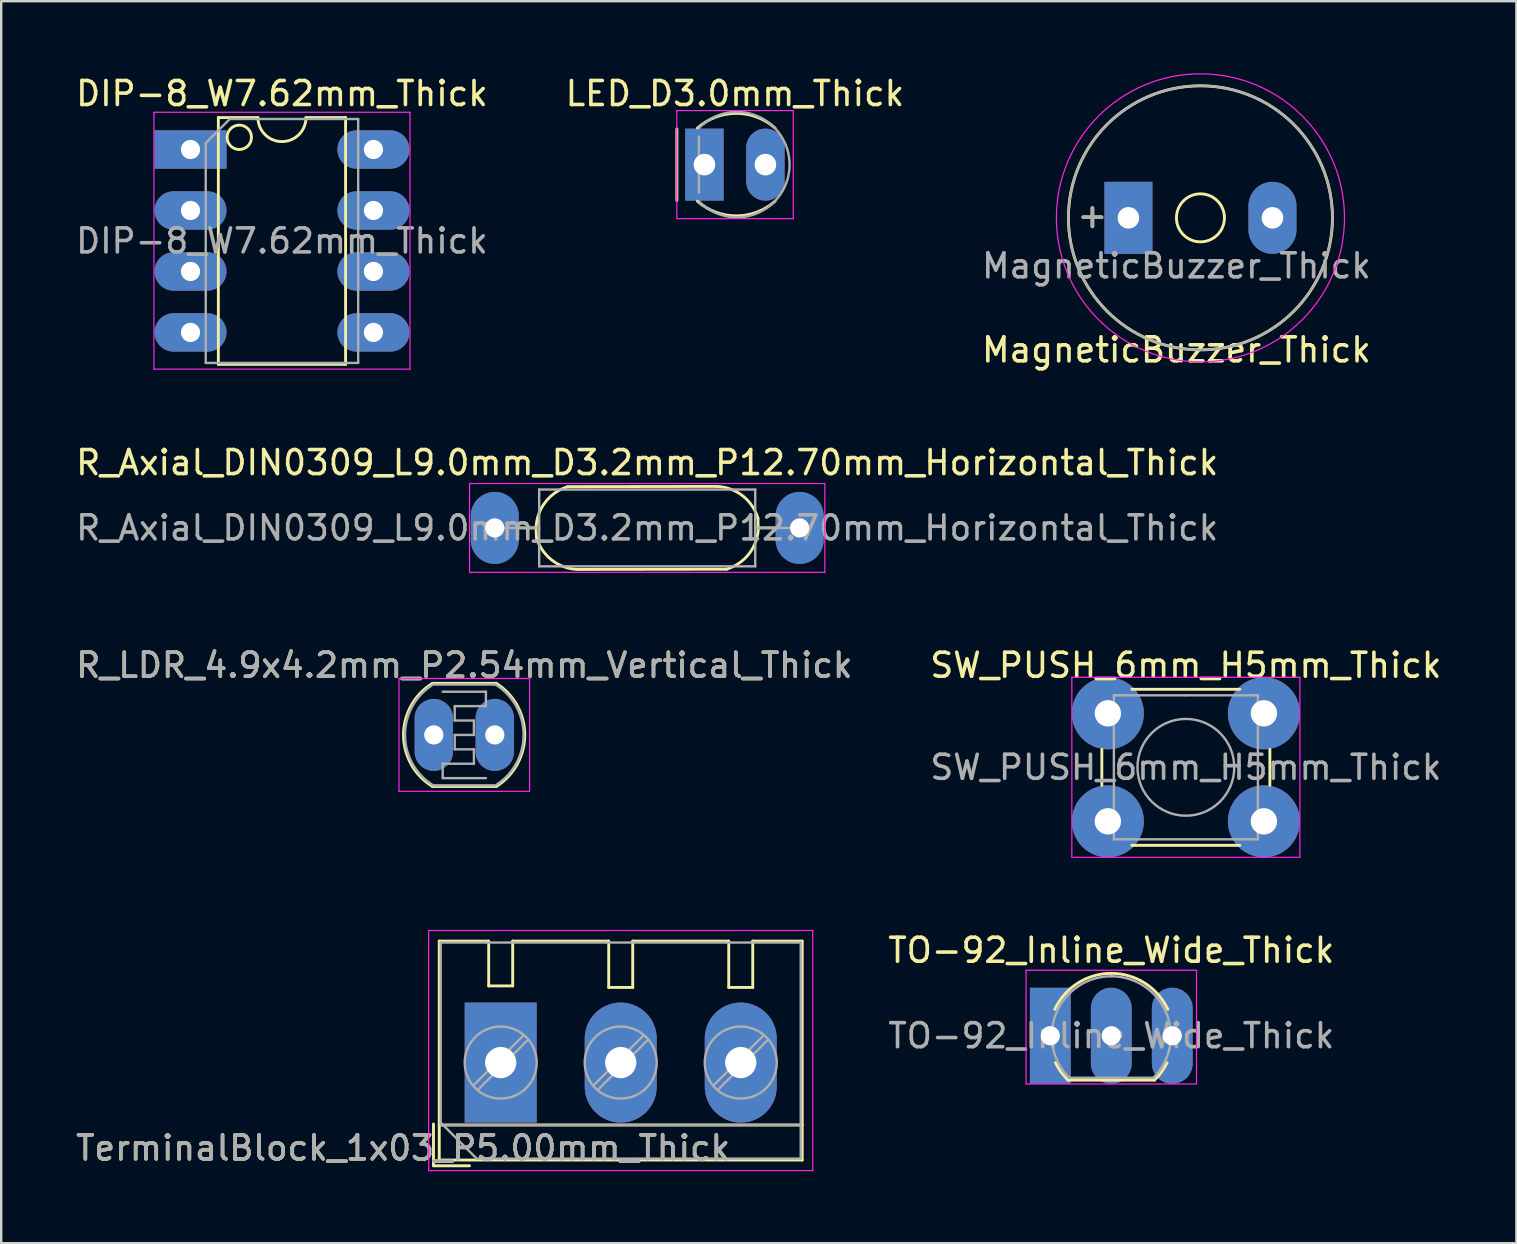
<source format=kicad_pcb>
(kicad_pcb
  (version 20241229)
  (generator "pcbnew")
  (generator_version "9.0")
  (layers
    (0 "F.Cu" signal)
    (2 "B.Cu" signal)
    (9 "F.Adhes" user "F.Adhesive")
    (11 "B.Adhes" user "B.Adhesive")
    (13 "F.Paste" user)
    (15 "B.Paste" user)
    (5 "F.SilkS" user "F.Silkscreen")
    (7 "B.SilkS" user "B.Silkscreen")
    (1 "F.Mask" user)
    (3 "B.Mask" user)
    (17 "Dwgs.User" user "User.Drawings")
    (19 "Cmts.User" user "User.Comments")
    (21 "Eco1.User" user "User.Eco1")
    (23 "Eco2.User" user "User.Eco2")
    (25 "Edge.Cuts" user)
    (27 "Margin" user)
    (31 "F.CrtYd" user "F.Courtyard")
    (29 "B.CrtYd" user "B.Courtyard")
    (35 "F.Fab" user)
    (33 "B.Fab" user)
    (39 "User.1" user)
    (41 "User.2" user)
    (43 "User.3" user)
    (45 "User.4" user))
  (footprint "DIP-8_W7.62mm_Thick"
    (layer "F.Cu")
    (at 4.886 3.178)
    (property "Reference" "DIP-8_W7.62mm_Thick" (at 3.81 -2.33 0) (layer "F.SilkS") (effects (font (size 1 1) (thickness 0.15))))
    (attr through_hole)
    (fp_line (start 1.16 -1.33) (end 1.16 8.95) (stroke (width 0.12) (type solid)) (layer "F.SilkS"))
    (fp_line (start 1.16 8.95) (end 6.46 8.95) (stroke (width 0.12) (type solid)) (layer "F.SilkS"))
    (fp_line (start 2.81 -1.33) (end 1.16 -1.33) (stroke (width 0.12) (type solid)) (layer "F.SilkS"))
    (fp_line (start 6.46 -1.33) (end 4.81 -1.33) (stroke (width 0.12) (type solid)) (layer "F.SilkS"))
    (fp_line (start 6.46 8.95) (end 6.46 -1.33) (stroke (width 0.12) (type solid)) (layer "F.SilkS"))
    (fp_arc (start 4.81 -1.33) (mid 3.81 -0.33) (end 2.81 -1.33) (stroke (width 0.12) (type solid)) (layer "F.SilkS"))
    (fp_circle (center 2.032 -0.508) (end 2.54 -0.508) (stroke (width 0.12) (type solid)) (fill no) (layer "F.SilkS"))
    (fp_line (start -1.524 -1.55) (end -1.524 9.15) (stroke (width 0.05) (type solid)) (layer "F.CrtYd"))
    (fp_line (start -1.524 9.15) (end 9.144 9.15) (stroke (width 0.05) (type solid)) (layer "F.CrtYd"))
    (fp_line (start 9.144 -1.55) (end -1.524 -1.55) (stroke (width 0.05) (type solid)) (layer "F.CrtYd"))
    (fp_line (start 9.144 9.15) (end 9.144 -1.55) (stroke (width 0.05) (type solid)) (layer "F.CrtYd"))
    (fp_line (start 0.635 -0.27) (end 1.635 -1.27) (stroke (width 0.1) (type solid)) (layer "F.Fab"))
    (fp_line (start 0.635 8.89) (end 0.635 -0.27) (stroke (width 0.1) (type solid)) (layer "F.Fab"))
    (fp_line (start 1.635 -1.27) (end 6.985 -1.27) (stroke (width 0.1) (type solid)) (layer "F.Fab"))
    (fp_line (start 6.985 -1.27) (end 6.985 8.89) (stroke (width 0.1) (type solid)) (layer "F.Fab"))
    (fp_line (start 6.985 8.89) (end 0.635 8.89) (stroke (width 0.1) (type solid)) (layer "F.Fab"))
    (fp_text user "${REFERENCE}" (at 3.81 3.81 0) (layer "F.Fab") (effects (font (size 1 1) (thickness 0.15))))
    (pad "1" thru_hole rect (at 0 0) (size 3 1.6) (drill 0.8) (layers "*.Cu" "*.Mask"))
    (pad "2" thru_hole oval (at 0 2.54) (size 3 1.6) (drill 0.8) (layers "*.Cu" "*.Mask"))
    (pad "3" thru_hole oval (at 0 5.08) (size 3 1.6) (drill 0.8) (layers "*.Cu" "*.Mask"))
    (pad "4" thru_hole oval (at 0 7.62) (size 3 1.6) (drill 0.8) (layers "*.Cu" "*.Mask"))
    (pad "5" thru_hole oval (at 7.62 7.62) (size 3 1.6) (drill 0.8) (layers "*.Cu" "*.Mask"))
    (pad "6" thru_hole oval (at 7.62 5.08) (size 3 1.6) (drill 0.8) (layers "*.Cu" "*.Mask"))
    (pad "7" thru_hole oval (at 7.62 2.54) (size 3 1.6) (drill 0.8) (layers "*.Cu" "*.Mask"))
    (pad "8" thru_hole oval (at 7.62 0) (size 3 1.6) (drill 0.8) (layers "*.Cu" "*.Mask")))
  (footprint "R_Axial_DIN0309_L9.0mm_D3.2mm_P12.70mm_Horizontal_Thick"
    (layer "F.Cu")
    (at 17.561 18.942)
    (property "Reference" "R_Axial_DIN0309_L9.0mm_D3.2mm_P12.70mm_Horizontal_Thick" (at 6.35 -2.72 0) (layer "F.SilkS") (effects (font (size 1 1) (thickness 0.15))))
    (attr through_hole)
    (fp_line (start 1.04 0) (end 1.73 0) (stroke (width 0.12) (type solid)) (layer "F.SilkS"))
    (fp_line (start 1.72 0) (end 1.736 0.401) (stroke (width 0.12) (type solid)) (layer "F.SilkS"))
    (fp_line (start 3.456 1.729) (end 9.652 1.72) (stroke (width 0.12) (type solid)) (layer "F.SilkS"))
    (fp_line (start 9.244 -1.729) (end 3.048 -1.72) (stroke (width 0.12) (type solid)) (layer "F.SilkS"))
    (fp_line (start 10.97 0) (end 10.964 -0.401) (stroke (width 0.12) (type solid)) (layer "F.SilkS"))
    (fp_line (start 11.66 0) (end 10.97 0) (stroke (width 0.12) (type solid)) (layer "F.SilkS"))
    (fp_arc (start 1.72 0) (mid 2.106228 -1.074466) (end 3.048 -1.72) (stroke (width 0.12) (type solid)) (layer "F.SilkS"))
    (fp_arc (start 3.456216 1.729327) (mid 2.38175 1.343099) (end 1.736216 0.401327) (stroke (width 0.12) (type solid)) (layer "F.SilkS"))
    (fp_arc (start 9.243784 -1.729328) (mid 10.31825 -1.3431) (end 10.963784 -0.401328) (stroke (width 0.12) (type solid)) (layer "F.SilkS"))
    (fp_arc (start 10.98 -0.000001) (mid 10.593772 1.074465) (end 9.652 1.719999) (stroke (width 0.12) (type solid)) (layer "F.SilkS"))
    (fp_line (start -1.05 -1.85) (end -1.05 1.85) (stroke (width 0.05) (type solid)) (layer "F.CrtYd"))
    (fp_line (start -1.05 1.85) (end 13.75 1.85) (stroke (width 0.05) (type solid)) (layer "F.CrtYd"))
    (fp_line (start 13.75 -1.85) (end -1.05 -1.85) (stroke (width 0.05) (type solid)) (layer "F.CrtYd"))
    (fp_line (start 13.75 1.85) (end 13.75 -1.85) (stroke (width 0.05) (type solid)) (layer "F.CrtYd"))
    (fp_line (start 0 0) (end 1.85 0) (stroke (width 0.1) (type solid)) (layer "F.Fab"))
    (fp_line (start 1.85 -1.6) (end 1.85 1.6) (stroke (width 0.1) (type solid)) (layer "F.Fab"))
    (fp_line (start 1.85 1.6) (end 10.85 1.6) (stroke (width 0.1) (type solid)) (layer "F.Fab"))
    (fp_line (start 10.85 -1.6) (end 1.85 -1.6) (stroke (width 0.1) (type solid)) (layer "F.Fab"))
    (fp_line (start 10.85 1.6) (end 10.85 -1.6) (stroke (width 0.1) (type solid)) (layer "F.Fab"))
    (fp_line (start 12.7 0) (end 10.85 0) (stroke (width 0.1) (type solid)) (layer "F.Fab"))
    (fp_text user "${REFERENCE}" (at 6.35 0 0) (layer "F.Fab") (effects (font (size 1 1) (thickness 0.15))))
    (pad "1" thru_hole oval (at 0 0) (size 2 3) (drill 0.8) (layers "*.Cu" "*.Mask"))
    (pad "2" thru_hole oval (at 12.7 0) (size 2 3) (drill 0.8) (layers "*.Cu" "*.Mask")))
  (footprint "MagneticBuzzer_Thick"
    (layer "F.Cu")
    (at 43.958 6.025)
    (property "Reference" "MagneticBuzzer_Thick" (at 2 5.5 0) (layer "F.SilkS") (effects (font (size 1 1) (thickness 0.15))))
    (attr through_hole)
    (fp_circle (center 3 0) (end 4 0) (stroke (width 0.12) (type solid)) (fill no) (layer "F.SilkS"))
    (fp_circle (center 3 0) (end 8.5 0) (stroke (width 0.12) (type solid)) (fill no) (layer "F.SilkS"))
    (fp_circle (center 3 0) (end 9 0) (stroke (width 0.05) (type solid)) (fill no) (layer "F.CrtYd"))
    (fp_circle (center 3 0) (end 8.5 0) (stroke (width 0.1) (type solid)) (fill no) (layer "F.Fab"))
    (fp_text user "+" (at -1.5 -0.1 0) (layer "F.SilkS") (effects (font (size 1 1) (thickness 0.15))))
    (fp_text user "${REFERENCE}" (at 2 2 0) (layer "F.Fab") (effects (font (size 1 1) (thickness 0.15))))
    (fp_text user "+" (at -1.5 -0.1 0) (layer "F.Fab") (effects (font (size 1 1) (thickness 0.15))))
    (pad "1" thru_hole rect (at 0 0) (size 2 3) (drill 0.9) (layers "*.Cu" "*.Mask"))
    (pad "2" thru_hole oval (at 6 0) (size 2 3) (drill 0.9) (layers "*.Cu" "*.Mask")))
  (footprint "SW_PUSH_6mm_H5mm_Thick"
    (layer "F.Cu")
    (at 43.101 26.665)
    (property "Reference" "SW_PUSH_6mm_H5mm_Thick" (at 3.25 -2 0) (layer "F.SilkS") (effects (font (size 1 1) (thickness 0.15))))
    (attr through_hole)
    (fp_line (start -0.25 1.5) (end -0.25 3) (stroke (width 0.12) (type solid)) (layer "F.SilkS"))
    (fp_line (start 1 5.5) (end 5.5 5.5) (stroke (width 0.12) (type solid)) (layer "F.SilkS"))
    (fp_line (start 5.5 -1) (end 1 -1) (stroke (width 0.12) (type solid)) (layer "F.SilkS"))
    (fp_line (start 6.75 3) (end 6.75 1.5) (stroke (width 0.12) (type solid)) (layer "F.SilkS"))
    (fp_line (start -1.5 -1.5) (end -1.25 -1.5) (stroke (width 0.05) (type solid)) (layer "F.CrtYd"))
    (fp_line (start -1.5 -1.25) (end -1.5 -1.5) (stroke (width 0.05) (type solid)) (layer "F.CrtYd"))
    (fp_line (start -1.5 5.75) (end -1.5 -1.25) (stroke (width 0.05) (type solid)) (layer "F.CrtYd"))
    (fp_line (start -1.5 5.75) (end -1.5 6) (stroke (width 0.05) (type solid)) (layer "F.CrtYd"))
    (fp_line (start -1.5 6) (end -1.25 6) (stroke (width 0.05) (type solid)) (layer "F.CrtYd"))
    (fp_line (start -1.25 -1.5) (end 7.75 -1.5) (stroke (width 0.05) (type solid)) (layer "F.CrtYd"))
    (fp_line (start 7.75 -1.5) (end 8 -1.5) (stroke (width 0.05) (type solid)) (layer "F.CrtYd"))
    (fp_line (start 7.75 6) (end -1.25 6) (stroke (width 0.05) (type solid)) (layer "F.CrtYd"))
    (fp_line (start 7.75 6) (end 8 6) (stroke (width 0.05) (type solid)) (layer "F.CrtYd"))
    (fp_line (start 8 -1.5) (end 8 -1.25) (stroke (width 0.05) (type solid)) (layer "F.CrtYd"))
    (fp_line (start 8 -1.25) (end 8 5.75) (stroke (width 0.05) (type solid)) (layer "F.CrtYd"))
    (fp_line (start 8 6) (end 8 5.75) (stroke (width 0.05) (type solid)) (layer "F.CrtYd"))
    (fp_line (start 0.25 -0.75) (end 3.25 -0.75) (stroke (width 0.1) (type solid)) (layer "F.Fab"))
    (fp_line (start 0.25 5.25) (end 0.25 -0.75) (stroke (width 0.1) (type solid)) (layer "F.Fab"))
    (fp_line (start 3.25 -0.75) (end 6.25 -0.75) (stroke (width 0.1) (type solid)) (layer "F.Fab"))
    (fp_line (start 6.25 -0.75) (end 6.25 5.25) (stroke (width 0.1) (type solid)) (layer "F.Fab"))
    (fp_line (start 6.25 5.25) (end 0.25 5.25) (stroke (width 0.1) (type solid)) (layer "F.Fab"))
    (fp_circle (center 3.25 2.25) (end 1.25 2.5) (stroke (width 0.1) (type solid)) (fill no) (layer "F.Fab"))
    (fp_text user "${REFERENCE}" (at 3.25 2.25 0) (layer "F.Fab") (effects (font (size 1 1) (thickness 0.15))))
    (pad "1" thru_hole circle (at 0 0 90) (size 3 3) (drill 1.1) (layers "*.Cu" "*.Mask"))
    (pad "1" thru_hole circle (at 6.5 0 90) (size 3 3) (drill 1.1) (layers "*.Cu" "*.Mask"))
    (pad "2" thru_hole circle (at 0 4.5 90) (size 3 3) (drill 1.1) (layers "*.Cu" "*.Mask"))
    (pad "2" thru_hole circle (at 6.5 4.5 90) (size 3 3) (drill 1.1) (layers "*.Cu" "*.Mask")))
  (footprint "LED_D3.0mm_Thick"
    (layer "F.Cu")
    (at 26.295 3.808)
    (property "Reference" "LED_D3.0mm_Thick" (at 1.27 -2.96 0) (layer "F.SilkS") (effects (font (size 1 1) (thickness 0.15))))
    (attr through_hole)
    (fp_line (start -1.148 -1.487) (end -1.148 1.495) (stroke (width 0.12) (type solid)) (layer "F.SilkS"))
    (fp_arc (start -0.29 -1.524) (mid 1.326168 -2.136119) (end 2.942335 -1.524) (stroke (width 0.12) (type solid)) (layer "F.SilkS"))
    (fp_arc (start 2.942335 1.524) (mid 1.326167 2.135033) (end -0.29 1.524) (stroke (width 0.12) (type solid)) (layer "F.SilkS"))
    (fp_line (start -1.15 -2.25) (end -1.15 2.25) (stroke (width 0.05) (type solid)) (layer "F.CrtYd"))
    (fp_line (start -1.15 2.25) (end 3.7 2.25) (stroke (width 0.05) (type solid)) (layer "F.CrtYd"))
    (fp_line (start 3.7 -2.25) (end -1.15 -2.25) (stroke (width 0.05) (type solid)) (layer "F.CrtYd"))
    (fp_line (start 3.7 2.25) (end 3.7 -2.25) (stroke (width 0.05) (type solid)) (layer "F.CrtYd"))
    (fp_line (start -0.23 -1.166) (end -0.23 1.166) (stroke (width 0.1) (type solid)) (layer "F.Fab"))
    (fp_arc (start -0.23 -1.524) (mid 3.547348 0) (end -0.23 1.524) (stroke (width 0.1) (type solid)) (layer "F.Fab"))
    (pad "1" thru_hole rect (at 0 0) (size 1.6 3) (drill 0.9) (layers "*.Cu" "*.Mask"))
    (pad "2" thru_hole oval (at 2.54 0) (size 1.6 3) (drill 0.9) (layers "*.Cu" "*.Mask")))
  (footprint "TerminalBlock_1x03_P5.00mm_Thick"
    (layer "F.Cu")
    (at 17.808 41.215)
    (property "Reference" "TerminalBlock_1x03_P5.00mm_Thick" (at -4.064 3.556 0) (layer "F.SilkS") (effects (font (size 1 1) (thickness 0.15))))
    (attr through_hole)
    (fp_line (start -2.8 2.56) (end -2.8 4.3) (stroke (width 0.12) (type solid)) (layer "F.SilkS"))
    (fp_line (start -2.8 4.3) (end -1.3 4.3) (stroke (width 0.12) (type solid)) (layer "F.SilkS"))
    (fp_line (start -2.56 -5.06) (end -2.56 4.06) (stroke (width 0.12) (type solid)) (layer "F.SilkS"))
    (fp_line (start -2.56 -5.06) (end -0.508 -5.06) (stroke (width 0.12) (type solid)) (layer "F.SilkS"))
    (fp_line (start -2.56 2.6) (end 12.56 2.6) (stroke (width 0.12) (type solid)) (layer "F.SilkS"))
    (fp_line (start -2.56 4.06) (end 12.56 4.06) (stroke (width 0.12) (type solid)) (layer "F.SilkS"))
    (fp_line (start -0.5 -5.06) (end -0.5 -3.194) (stroke (width 0.12) (type solid)) (layer "F.SilkS"))
    (fp_line (start -0.5 -3.194) (end 0.5 -3.194) (stroke (width 0.12) (type solid)) (layer "F.SilkS"))
    (fp_line (start 0.5 -5.06) (end 0.5 -3.194) (stroke (width 0.12) (type solid)) (layer "F.SilkS"))
    (fp_line (start 0.5 -5.06) (end 4.5 -5.06) (stroke (width 0.12) (type solid)) (layer "F.SilkS"))
    (fp_line (start 4.5 -5.06) (end 4.5 -3.131) (stroke (width 0.12) (type solid)) (layer "F.SilkS"))
    (fp_line (start 4.5 -3.131) (end 5.5 -3.131) (stroke (width 0.12) (type solid)) (layer "F.SilkS"))
    (fp_line (start 5.5 -5.06) (end 5.5 -3.131) (stroke (width 0.12) (type solid)) (layer "F.SilkS"))
    (fp_line (start 5.5 -5.06) (end 9.5 -5.06) (stroke (width 0.12) (type solid)) (layer "F.SilkS"))
    (fp_line (start 9.5 -5.06) (end 9.5 -3.131) (stroke (width 0.12) (type solid)) (layer "F.SilkS"))
    (fp_line (start 9.5 -3.131) (end 10.5 -3.131) (stroke (width 0.12) (type solid)) (layer "F.SilkS"))
    (fp_line (start 10.5 -5.06) (end 10.5 -3.131) (stroke (width 0.12) (type solid)) (layer "F.SilkS"))
    (fp_line (start 10.5 -5.06) (end 12.56 -5.06) (stroke (width 0.12) (type solid)) (layer "F.SilkS"))
    (fp_line (start 12.56 -5.06) (end 12.56 4.06) (stroke (width 0.12) (type solid)) (layer "F.SilkS"))
    (fp_line (start -3 -5.5) (end -3 4.5) (stroke (width 0.05) (type solid)) (layer "F.CrtYd"))
    (fp_line (start -3 4.5) (end 13 4.5) (stroke (width 0.05) (type solid)) (layer "F.CrtYd"))
    (fp_line (start 13 -5.5) (end -3 -5.5) (stroke (width 0.05) (type solid)) (layer "F.CrtYd"))
    (fp_line (start 13 4.5) (end 13 -5.5) (stroke (width 0.05) (type solid)) (layer "F.CrtYd"))
    (fp_line (start -2.5 -5) (end 12.5 -5) (stroke (width 0.1) (type solid)) (layer "F.Fab"))
    (fp_line (start -2.5 2.5) (end -2.5 -5) (stroke (width 0.1) (type solid)) (layer "F.Fab"))
    (fp_line (start -2.5 2.6) (end 12.5 2.6) (stroke (width 0.1) (type solid)) (layer "F.Fab"))
    (fp_line (start -1 4) (end -2.5 2.5) (stroke (width 0.1) (type solid)) (layer "F.Fab"))
    (fp_line (start 0.955 -1.138) (end -1.138 0.955) (stroke (width 0.1) (type solid)) (layer "F.Fab"))
    (fp_line (start 1.138 -0.955) (end -0.955 1.138) (stroke (width 0.1) (type solid)) (layer "F.Fab"))
    (fp_line (start 5.955 -1.138) (end 3.863 0.955) (stroke (width 0.1) (type solid)) (layer "F.Fab"))
    (fp_line (start 6.138 -0.955) (end 4.046 1.138) (stroke (width 0.1) (type solid)) (layer "F.Fab"))
    (fp_line (start 10.955 -1.138) (end 8.863 0.955) (stroke (width 0.1) (type solid)) (layer "F.Fab"))
    (fp_line (start 11.138 -0.955) (end 9.046 1.138) (stroke (width 0.1) (type solid)) (layer "F.Fab"))
    (fp_line (start 12.5 -5) (end 12.5 4) (stroke (width 0.1) (type solid)) (layer "F.Fab"))
    (fp_line (start 12.5 4) (end -1 4) (stroke (width 0.1) (type solid)) (layer "F.Fab"))
    (fp_circle (center 0 0) (end 1.5 0) (stroke (width 0.1) (type solid)) (fill no) (layer "F.Fab"))
    (fp_circle (center 5 0) (end 6.5 0) (stroke (width 0.1) (type solid)) (fill no) (layer "F.Fab"))
    (fp_circle (center 10 0) (end 11.5 0) (stroke (width 0.1) (type solid)) (fill no) (layer "F.Fab"))
    (fp_text user "${REFERENCE}" (at -4.064 3.556 0) (layer "F.Fab") (effects (font (size 1 1) (thickness 0.15))))
    (pad "1" thru_hole rect (at 0 0) (size 3 5) (drill 1.3) (layers "*.Cu" "*.Mask"))
    (pad "2" thru_hole oval (at 5 0) (size 3 5) (drill 1.3) (layers "*.Cu" "*.Mask"))
    (pad "3" thru_hole oval (at 10 0) (size 3 5) (drill 1.3) (layers "*.Cu" "*.Mask")))
  (footprint "R_LDR_4.9x4.2mm_P2.54mm_Vertical_Thick"
    (layer "F.Cu")
    (at 15.022 27.565)
    (property "Reference" "R_LDR_4.9x4.2mm_P2.54mm_Vertical_Thick" (at 1.27 -2.9 0) (layer "F.SilkS") (effects (font (size 1 1) (thickness 0.15))))
    (attr through_hole)
    (fp_line (start -0.05 -2.15) (end 2.6 -2.15) (stroke (width 0.12) (type solid)) (layer "F.SilkS"))
    (fp_line (start -0.05 2.15) (end 2.6 2.15) (stroke (width 0.12) (type solid)) (layer "F.SilkS"))
    (fp_arc (start -0.05 2.15) (mid -1.262424 0.01494) (end -0.075476 -2.134388) (stroke (width 0.12) (type solid)) (layer "F.SilkS"))
    (fp_arc (start 2.6 -2.15) (mid 3.788646 -0.016616) (end 2.628027 2.132145) (stroke (width 0.12) (type solid)) (layer "F.SilkS"))
    (fp_line (start -1.45 -2.35) (end -1.45 2.35) (stroke (width 0.05) (type solid)) (layer "F.CrtYd"))
    (fp_line (start -1.45 -2.35) (end 3.99 -2.35) (stroke (width 0.05) (type solid)) (layer "F.CrtYd"))
    (fp_line (start 3.99 2.35) (end -1.45 2.35) (stroke (width 0.05) (type solid)) (layer "F.CrtYd"))
    (fp_line (start 3.99 2.35) (end 3.99 -2.35) (stroke (width 0.05) (type solid)) (layer "F.CrtYd"))
    (fp_line (start -0.03 -2.1) (end 2.57 -2.1) (stroke (width 0.1) (type solid)) (layer "F.Fab"))
    (fp_line (start 0.37 -1.8) (end 2.17 -1.8) (stroke (width 0.1) (type solid)) (layer "F.Fab"))
    (fp_line (start 0.37 1.2) (end 0.37 1.8) (stroke (width 0.1) (type solid)) (layer "F.Fab"))
    (fp_line (start 0.37 1.2) (end 1.67 1.2) (stroke (width 0.1) (type solid)) (layer "F.Fab"))
    (fp_line (start 0.37 1.8) (end 2.17 1.8) (stroke (width 0.1) (type solid)) (layer "F.Fab"))
    (fp_line (start 0.87 -1.2) (end 0.87 -0.6) (stroke (width 0.1) (type solid)) (layer "F.Fab"))
    (fp_line (start 0.87 -1.2) (end 2.17 -1.2) (stroke (width 0.1) (type solid)) (layer "F.Fab"))
    (fp_line (start 0.87 0) (end 0.87 0.6) (stroke (width 0.1) (type solid)) (layer "F.Fab"))
    (fp_line (start 0.87 0) (end 1.67 0) (stroke (width 0.1) (type solid)) (layer "F.Fab"))
    (fp_line (start 1.67 -0.6) (end 0.87 -0.6) (stroke (width 0.1) (type solid)) (layer "F.Fab"))
    (fp_line (start 1.67 -0.6) (end 1.67 0) (stroke (width 0.1) (type solid)) (layer "F.Fab"))
    (fp_line (start 1.67 0.6) (end 0.87 0.6) (stroke (width 0.1) (type solid)) (layer "F.Fab"))
    (fp_line (start 1.67 0.6) (end 1.67 1.2) (stroke (width 0.1) (type solid)) (layer "F.Fab"))
    (fp_line (start 2.17 -1.8) (end 2.17 -1.2) (stroke (width 0.1) (type solid)) (layer "F.Fab"))
    (fp_line (start 2.57 2.1) (end -0.03 2.1) (stroke (width 0.1) (type solid)) (layer "F.Fab"))
    (fp_arc (start -0.03 2.1) (mid -1.199612 0.031921) (end -0.083843 -2.065698) (stroke (width 0.1) (type solid)) (layer "F.Fab"))
    (fp_arc (start 2.57 -2.1) (mid 3.739612 -0.031921) (end 2.623843 2.065698) (stroke (width 0.1) (type solid)) (layer "F.Fab"))
    (fp_text user "${REFERENCE}" (at 1.27 -2.9 0) (layer "F.Fab") (effects (font (size 1 1) (thickness 0.15))))
    (pad "1" thru_hole oval (at 0 0) (size 1.6 3) (drill 0.8) (layers "*.Cu" "*.Mask"))
    (pad "2" thru_hole oval (at 2.54 0) (size 1.6 3) (drill 0.8) (layers "*.Cu" "*.Mask")))
  (footprint "TO-92_Inline_Wide_Thick"
    (layer "F.Cu")
    (at 40.704 40.098)
    (property "Reference" "TO-92_Inline_Wide_Thick" (at 2.54 -3.56 0) (layer "F.SilkS") (effects (font (size 1 1) (thickness 0.15))))
    (attr through_hole)
    (fp_line (start 0.74 1.85) (end 4.34 1.85) (stroke (width 0.12) (type solid)) (layer "F.SilkS"))
    (fp_arc (start 0.1836 -1.098807) (mid 1.143021 -2.192817) (end 2.54 -2.6) (stroke (width 0.12) (type solid)) (layer "F.SilkS"))
    (fp_arc (start 0.74 1.85) (mid 0.446097 1.509328) (end 0.215816 1.122795) (stroke (width 0.12) (type solid)) (layer "F.SilkS"))
    (fp_arc (start 2.54 -2.6) (mid 3.936979 -2.192818) (end 4.8964 -1.098807) (stroke (width 0.12) (type solid)) (layer "F.SilkS"))
    (fp_arc (start 4.864184 1.122795) (mid 4.633903 1.509328) (end 4.34 1.85) (stroke (width 0.12) (type solid)) (layer "F.SilkS"))
    (fp_line (start -1.01 -2.73) (end -1.01 2.01) (stroke (width 0.05) (type solid)) (layer "F.CrtYd"))
    (fp_line (start -1.01 -2.73) (end 6.09 -2.73) (stroke (width 0.05) (type solid)) (layer "F.CrtYd"))
    (fp_line (start 6.09 2.01) (end -1.01 2.01) (stroke (width 0.05) (type solid)) (layer "F.CrtYd"))
    (fp_line (start 6.09 2.01) (end 6.09 -2.73) (stroke (width 0.05) (type solid)) (layer "F.CrtYd"))
    (fp_line (start 0.8 1.75) (end 4.3 1.75) (stroke (width 0.1) (type solid)) (layer "F.Fab"))
    (fp_arc (start 0.786375 1.753625) (mid 0.248779 -0.949055) (end 2.54 -2.48) (stroke (width 0.1) (type solid)) (layer "F.Fab"))
    (fp_arc (start 2.54 -2.48) (mid 4.831221 -0.949055) (end 4.293625 1.753625) (stroke (width 0.1) (type solid)) (layer "F.Fab"))
    (fp_text user "${REFERENCE}" (at 2.54 0 0) (layer "F.Fab") (effects (font (size 1 1) (thickness 0.15))))
    (pad "1" thru_hole rect (at 0 0) (size 1.7 4) (drill 0.8) (layers "*.Cu" "*.Mask"))
    (pad "2" thru_hole oval (at 2.54 0) (size 1.7 4) (drill 0.8) (layers "*.Cu" "*.Mask"))
    (pad "3" thru_hole oval (at 5.08 0) (size 1.7 4) (drill 0.8) (layers "*.Cu" "*.Mask")))
  (gr_rect
    (start -3 -3)
    (end 60.119 48.74)
    (stroke (width 0.1) (type default))
    (fill no)
    (layer "Edge.Cuts")))
</source>
